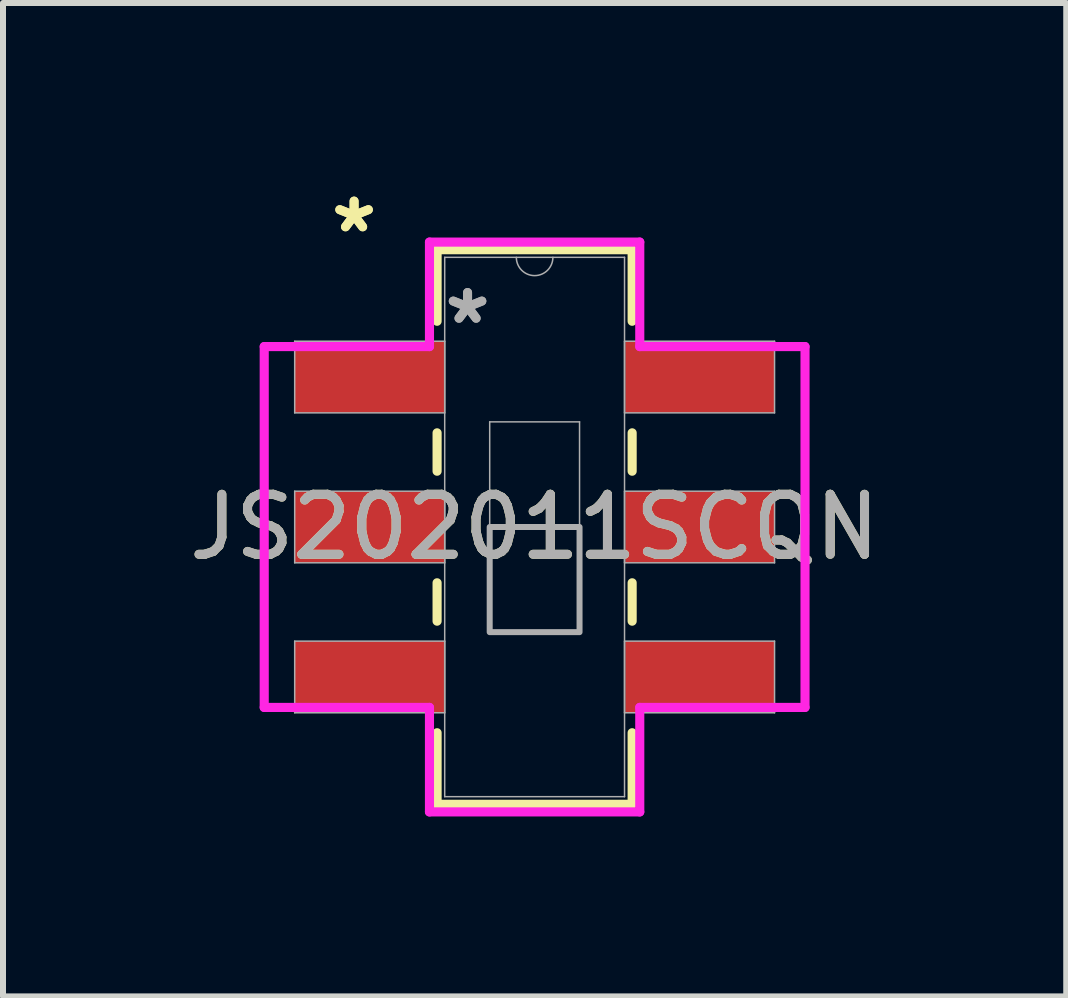
<source format=kicad_pcb>
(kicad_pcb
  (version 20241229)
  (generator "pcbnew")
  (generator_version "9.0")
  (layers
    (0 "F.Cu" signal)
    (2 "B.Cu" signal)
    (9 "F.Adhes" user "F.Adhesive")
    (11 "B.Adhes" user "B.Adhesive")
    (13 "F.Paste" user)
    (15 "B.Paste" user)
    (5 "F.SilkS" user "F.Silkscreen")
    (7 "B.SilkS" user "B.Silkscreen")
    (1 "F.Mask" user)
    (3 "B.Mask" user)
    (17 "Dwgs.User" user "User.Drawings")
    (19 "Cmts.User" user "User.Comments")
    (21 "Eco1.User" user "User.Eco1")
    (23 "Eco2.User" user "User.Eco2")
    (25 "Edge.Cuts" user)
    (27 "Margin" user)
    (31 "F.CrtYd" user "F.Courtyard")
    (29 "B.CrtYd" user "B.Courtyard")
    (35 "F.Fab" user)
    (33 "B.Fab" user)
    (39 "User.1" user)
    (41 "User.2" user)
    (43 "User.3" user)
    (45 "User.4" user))
  (footprint "JS202011SCQN"
    (layer "F.Cu")
    (at 5.863 5.736)
    (property "Reference" "JS202011SCQN" (at 0 0 0) (unlocked yes) (layer "F.SilkS") (effects (font (size 1 1) (thickness 0.15))))
    (attr smd)
    (fp_line (start -1.626 -4.623) (end -1.626 -3.43) (stroke (width 0.152) (type solid)) (layer "F.SilkS"))
    (fp_line (start -1.626 -1.57) (end -1.626 -0.93) (stroke (width 0.152) (type solid)) (layer "F.SilkS"))
    (fp_line (start -1.626 0.93) (end -1.626 1.57) (stroke (width 0.152) (type solid)) (layer "F.SilkS"))
    (fp_line (start -1.626 3.43) (end -1.626 4.623) (stroke (width 0.152) (type solid)) (layer "F.SilkS"))
    (fp_line (start -1.626 4.623) (end 1.626 4.623) (stroke (width 0.152) (type solid)) (layer "F.SilkS"))
    (fp_line (start 1.626 -4.623) (end -1.626 -4.623) (stroke (width 0.152) (type solid)) (layer "F.SilkS"))
    (fp_line (start 1.626 -3.43) (end 1.626 -4.623) (stroke (width 0.152) (type solid)) (layer "F.SilkS"))
    (fp_line (start 1.626 -0.93) (end 1.626 -1.57) (stroke (width 0.152) (type solid)) (layer "F.SilkS"))
    (fp_line (start 1.626 1.57) (end 1.626 0.93) (stroke (width 0.152) (type solid)) (layer "F.SilkS"))
    (fp_line (start 1.626 4.623) (end 1.626 3.43) (stroke (width 0.152) (type solid)) (layer "F.SilkS"))
    (fp_line (start -4.508 -3.008) (end -1.753 -3.008) (stroke (width 0.152) (type solid)) (layer "F.CrtYd"))
    (fp_line (start -4.508 3.008) (end -4.508 -3.008) (stroke (width 0.152) (type solid)) (layer "F.CrtYd"))
    (fp_line (start -1.753 -4.75) (end 1.753 -4.75) (stroke (width 0.152) (type solid)) (layer "F.CrtYd"))
    (fp_line (start -1.753 -3.008) (end -1.753 -4.75) (stroke (width 0.152) (type solid)) (layer "F.CrtYd"))
    (fp_line (start -1.753 3.008) (end -4.508 3.008) (stroke (width 0.152) (type solid)) (layer "F.CrtYd"))
    (fp_line (start -1.753 4.75) (end -1.753 3.008) (stroke (width 0.152) (type solid)) (layer "F.CrtYd"))
    (fp_line (start 1.753 -4.75) (end 1.753 -3.008) (stroke (width 0.152) (type solid)) (layer "F.CrtYd"))
    (fp_line (start 1.753 -3.008) (end 4.508 -3.008) (stroke (width 0.152) (type solid)) (layer "F.CrtYd"))
    (fp_line (start 1.753 3.008) (end 1.753 4.75) (stroke (width 0.152) (type solid)) (layer "F.CrtYd"))
    (fp_line (start 1.753 4.75) (end -1.753 4.75) (stroke (width 0.152) (type solid)) (layer "F.CrtYd"))
    (fp_line (start 4.508 -3.008) (end 4.508 3.008) (stroke (width 0.152) (type solid)) (layer "F.CrtYd"))
    (fp_line (start 4.508 3.008) (end 1.753 3.008) (stroke (width 0.152) (type solid)) (layer "F.CrtYd"))
    (fp_line (start -4 -3.097) (end -4 -1.903) (stroke (width 0.025) (type solid)) (layer "F.Fab"))
    (fp_line (start -4 -1.903) (end -1.499 -1.903) (stroke (width 0.025) (type solid)) (layer "F.Fab"))
    (fp_line (start -4 -0.597) (end -4 0.597) (stroke (width 0.025) (type solid)) (layer "F.Fab"))
    (fp_line (start -4 0.597) (end -1.499 0.597) (stroke (width 0.025) (type solid)) (layer "F.Fab"))
    (fp_line (start -4 1.903) (end -4 3.097) (stroke (width 0.025) (type solid)) (layer "F.Fab"))
    (fp_line (start -4 3.097) (end -1.499 3.097) (stroke (width 0.025) (type solid)) (layer "F.Fab"))
    (fp_line (start -1.499 -4.496) (end -1.499 4.496) (stroke (width 0.025) (type solid)) (layer "F.Fab"))
    (fp_line (start -1.499 -3.097) (end -4 -3.097) (stroke (width 0.025) (type solid)) (layer "F.Fab"))
    (fp_line (start -1.499 -1.903) (end -1.499 -3.097) (stroke (width 0.025) (type solid)) (layer "F.Fab"))
    (fp_line (start -1.499 -0.597) (end -4 -0.597) (stroke (width 0.025) (type solid)) (layer "F.Fab"))
    (fp_line (start -1.499 0.597) (end -1.499 -0.597) (stroke (width 0.025) (type solid)) (layer "F.Fab"))
    (fp_line (start -1.499 1.903) (end -4 1.903) (stroke (width 0.025) (type solid)) (layer "F.Fab"))
    (fp_line (start -1.499 3.097) (end -1.499 1.903) (stroke (width 0.025) (type solid)) (layer "F.Fab"))
    (fp_line (start -1.499 4.496) (end 1.499 4.496) (stroke (width 0.025) (type solid)) (layer "F.Fab"))
    (fp_line (start -0.749 -1.753) (end 0.749 -1.753) (stroke (width 0.025) (type solid)) (layer "F.Fab"))
    (fp_line (start -0.749 1.753) (end -0.749 -1.753) (stroke (width 0.025) (type solid)) (layer "F.Fab"))
    (fp_line (start 0.749 -1.753) (end 0.749 1.753) (stroke (width 0.025) (type solid)) (layer "F.Fab"))
    (fp_line (start 0.749 1.753) (end -0.749 1.753) (stroke (width 0.025) (type solid)) (layer "F.Fab"))
    (fp_line (start 1.499 -4.496) (end -1.499 -4.496) (stroke (width 0.025) (type solid)) (layer "F.Fab"))
    (fp_line (start 1.499 -3.097) (end 1.499 -1.903) (stroke (width 0.025) (type solid)) (layer "F.Fab"))
    (fp_line (start 1.499 -1.903) (end 4 -1.903) (stroke (width 0.025) (type solid)) (layer "F.Fab"))
    (fp_line (start 1.499 -0.597) (end 1.499 0.597) (stroke (width 0.025) (type solid)) (layer "F.Fab"))
    (fp_line (start 1.499 0.597) (end 4 0.597) (stroke (width 0.025) (type solid)) (layer "F.Fab"))
    (fp_line (start 1.499 1.903) (end 1.499 3.097) (stroke (width 0.025) (type solid)) (layer "F.Fab"))
    (fp_line (start 1.499 3.097) (end 4 3.097) (stroke (width 0.025) (type solid)) (layer "F.Fab"))
    (fp_line (start 1.499 4.496) (end 1.499 -4.496) (stroke (width 0.025) (type solid)) (layer "F.Fab"))
    (fp_line (start 4 -3.097) (end 1.499 -3.097) (stroke (width 0.025) (type solid)) (layer "F.Fab"))
    (fp_line (start 4 -1.903) (end 4 -3.097) (stroke (width 0.025) (type solid)) (layer "F.Fab"))
    (fp_line (start 4 -0.597) (end 1.499 -0.597) (stroke (width 0.025) (type solid)) (layer "F.Fab"))
    (fp_line (start 4 0.597) (end 4 -0.597) (stroke (width 0.025) (type solid)) (layer "F.Fab"))
    (fp_line (start 4 1.903) (end 1.499 1.903) (stroke (width 0.025) (type solid)) (layer "F.Fab"))
    (fp_line (start 4 3.097) (end 4 1.903) (stroke (width 0.025) (type solid)) (layer "F.Fab"))
    (fp_arc (start 0.3048 -4.4958) (mid 0 -4.191) (end -0.3048 -4.4958) (stroke (width 0.0254) (type solid)) (layer "F.Fab"))
    (fp_poly (pts (xy -0.749 1.753) (xy -0.749 0) (xy 0.749 0) (xy 0.749 1.753)) (stroke (width 0.1) (type solid)) (fill no) (layer "F.Fab"))
    (fp_text user "*" (at -3.01 -4.888 0) (layer "F.SilkS") (effects (font (size 1 1) (thickness 0.15))))
    (fp_text user "*" (at -3.01 -4.888 0) (unlocked yes) (layer "F.SilkS") (effects (font (size 1 1) (thickness 0.15))))
    (fp_text user "${REFERENCE}" (at 0 0 0) (unlocked yes) (layer "F.Fab") (effects (font (size 1 1) (thickness 0.15))))
    (fp_text user "*" (at -1.118 -3.364 0) (unlocked yes) (layer "F.Fab") (effects (font (size 1 1) (thickness 0.15))))
    (fp_text user "*" (at -1.118 -3.364 0) (layer "F.Fab") (effects (font (size 1 1) (thickness 0.15))))
    (pad "1" smd rect (at -2.756 -2.5) (size 2.489 1.194) (layers "F.Cu" "F.Mask" "F.Paste"))
    (pad "2" smd rect (at -2.756 0) (size 2.489 1.194) (layers "F.Cu" "F.Mask" "F.Paste"))
    (pad "3" smd rect (at -2.756 2.5) (size 2.489 1.194) (layers "F.Cu" "F.Mask" "F.Paste"))
    (pad "4" smd rect (at 2.756 2.5) (size 2.489 1.194) (layers "F.Cu" "F.Mask" "F.Paste"))
    (pad "5" smd rect (at 2.756 0) (size 2.489 1.194) (layers "F.Cu" "F.Mask" "F.Paste"))
    (pad "6" smd rect (at 2.756 -2.5) (size 2.489 1.194) (layers "F.Cu" "F.Mask" "F.Paste")))
  (gr_rect
    (start -3 -3)
    (end 14.726 13.562)
    (stroke (width 0.1) (type default))
    (fill no)
    (layer "Edge.Cuts")))
</source>
